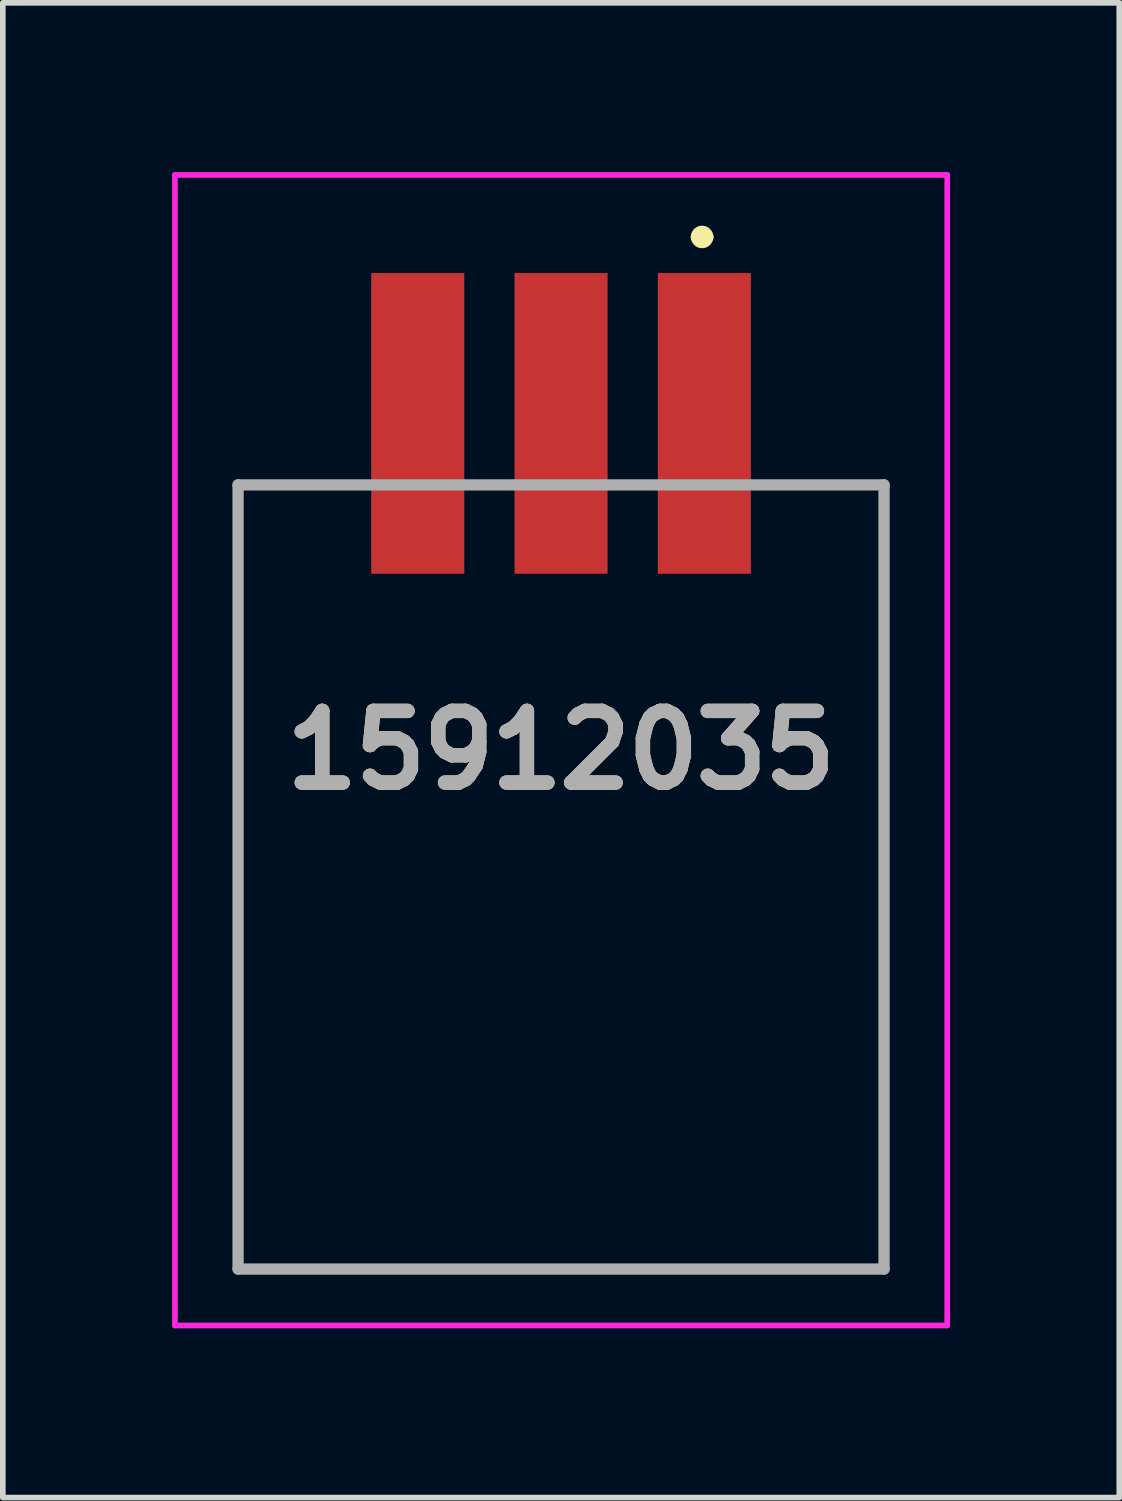
<source format=kicad_pcb>
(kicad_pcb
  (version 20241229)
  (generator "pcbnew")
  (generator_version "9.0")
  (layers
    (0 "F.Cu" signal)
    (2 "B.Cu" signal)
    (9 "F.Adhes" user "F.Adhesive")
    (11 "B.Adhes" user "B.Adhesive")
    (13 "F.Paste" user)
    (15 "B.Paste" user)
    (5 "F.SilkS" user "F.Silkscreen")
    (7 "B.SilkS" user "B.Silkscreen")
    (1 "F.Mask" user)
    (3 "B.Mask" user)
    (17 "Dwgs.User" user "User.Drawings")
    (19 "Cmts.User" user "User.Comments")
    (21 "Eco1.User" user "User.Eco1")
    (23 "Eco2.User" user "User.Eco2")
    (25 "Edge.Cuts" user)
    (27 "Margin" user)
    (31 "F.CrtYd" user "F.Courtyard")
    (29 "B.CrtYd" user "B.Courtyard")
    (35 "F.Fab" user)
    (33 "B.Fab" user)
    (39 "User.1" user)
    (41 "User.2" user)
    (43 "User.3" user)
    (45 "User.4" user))
  (footprint "15912035"
    (layer "F.Cu")
    (at 6.895 15.145)
    (property "Reference" "15912035" (at 0 -4.898 0) (layer "F.SilkS") (effects (font (size 1.27 1.27) (thickness 0.254))))
    (attr through_hole)
    (fp_line (start -5.725 -9.6) (end -3.86 -9.6) (stroke (width 0.1) (type solid)) (layer "F.SilkS"))
    (fp_line (start -5.725 4.3) (end -5.725 -9.6) (stroke (width 0.1) (type solid)) (layer "F.SilkS"))
    (fp_line (start 2.4 -13.995) (end 2.4 -13.995) (stroke (width 0.2) (type solid)) (layer "F.SilkS"))
    (fp_line (start 2.6 -13.995) (end 2.6 -13.995) (stroke (width 0.2) (type solid)) (layer "F.SilkS"))
    (fp_line (start 3.94 -9.6) (end 5.725 -9.6) (stroke (width 0.1) (type solid)) (layer "F.SilkS"))
    (fp_line (start 5.725 -9.6) (end 5.725 4.3) (stroke (width 0.1) (type solid)) (layer "F.SilkS"))
    (fp_line (start 5.725 4.3) (end -5.725 4.3) (stroke (width 0.1) (type solid)) (layer "F.SilkS"))
    (fp_arc (start 2.4 -13.995) (mid 2.5 -14.095) (end 2.6 -13.995) (stroke (width 0.2) (type solid)) (layer "F.SilkS"))
    (fp_arc (start 2.6 -13.995) (mid 2.5 -13.895) (end 2.4 -13.995) (stroke (width 0.2) (type solid)) (layer "F.SilkS"))
    (fp_line (start -6.845 -15.095) (end 6.845 -15.095) (stroke (width 0.1) (type solid)) (layer "F.CrtYd"))
    (fp_line (start -6.845 5.3) (end -6.845 -15.095) (stroke (width 0.1) (type solid)) (layer "F.CrtYd"))
    (fp_line (start 6.845 -15.095) (end 6.845 5.3) (stroke (width 0.1) (type solid)) (layer "F.CrtYd"))
    (fp_line (start 6.845 5.3) (end -6.845 5.3) (stroke (width 0.1) (type solid)) (layer "F.CrtYd"))
    (fp_line (start -5.725 -9.6) (end 5.725 -9.6) (stroke (width 0.2) (type solid)) (layer "F.Fab"))
    (fp_line (start -5.725 4.3) (end -5.725 -9.6) (stroke (width 0.2) (type solid)) (layer "F.Fab"))
    (fp_line (start 5.725 -9.6) (end 5.725 4.3) (stroke (width 0.2) (type solid)) (layer "F.Fab"))
    (fp_line (start 5.725 4.3) (end -5.725 4.3) (stroke (width 0.2) (type solid)) (layer "F.Fab"))
    (fp_text user "${REFERENCE}" (at 0 -4.898 0) (layer "F.Fab") (effects (font (size 1.27 1.27) (thickness 0.254))))
    (pad "" np_thru_hole circle (at -3.94 0) (size 0.001 0.001) (drill 3.81) (layers "*.Cu" "*.Mask"))
    (pad "" np_thru_hole circle (at 3.94 0) (size 0.001 0.001) (drill 3.81) (layers "*.Cu" "*.Mask"))
    (pad "1" smd rect (at 2.54 -10.69) (size 1.65 5.33) (layers "F.Cu" "F.Mask" "F.Paste"))
    (pad "2" smd rect (at 0 -10.69) (size 1.65 5.33) (layers "F.Cu" "F.Mask" "F.Paste"))
    (pad "3" smd rect (at -2.54 -10.69) (size 1.65 5.33) (layers "F.Cu" "F.Mask" "F.Paste")))
  (gr_rect
    (start -3 -3)
    (end 16.79 23.495)
    (stroke (width 0.1) (type default))
    (fill no)
    (layer "Edge.Cuts")))
</source>
